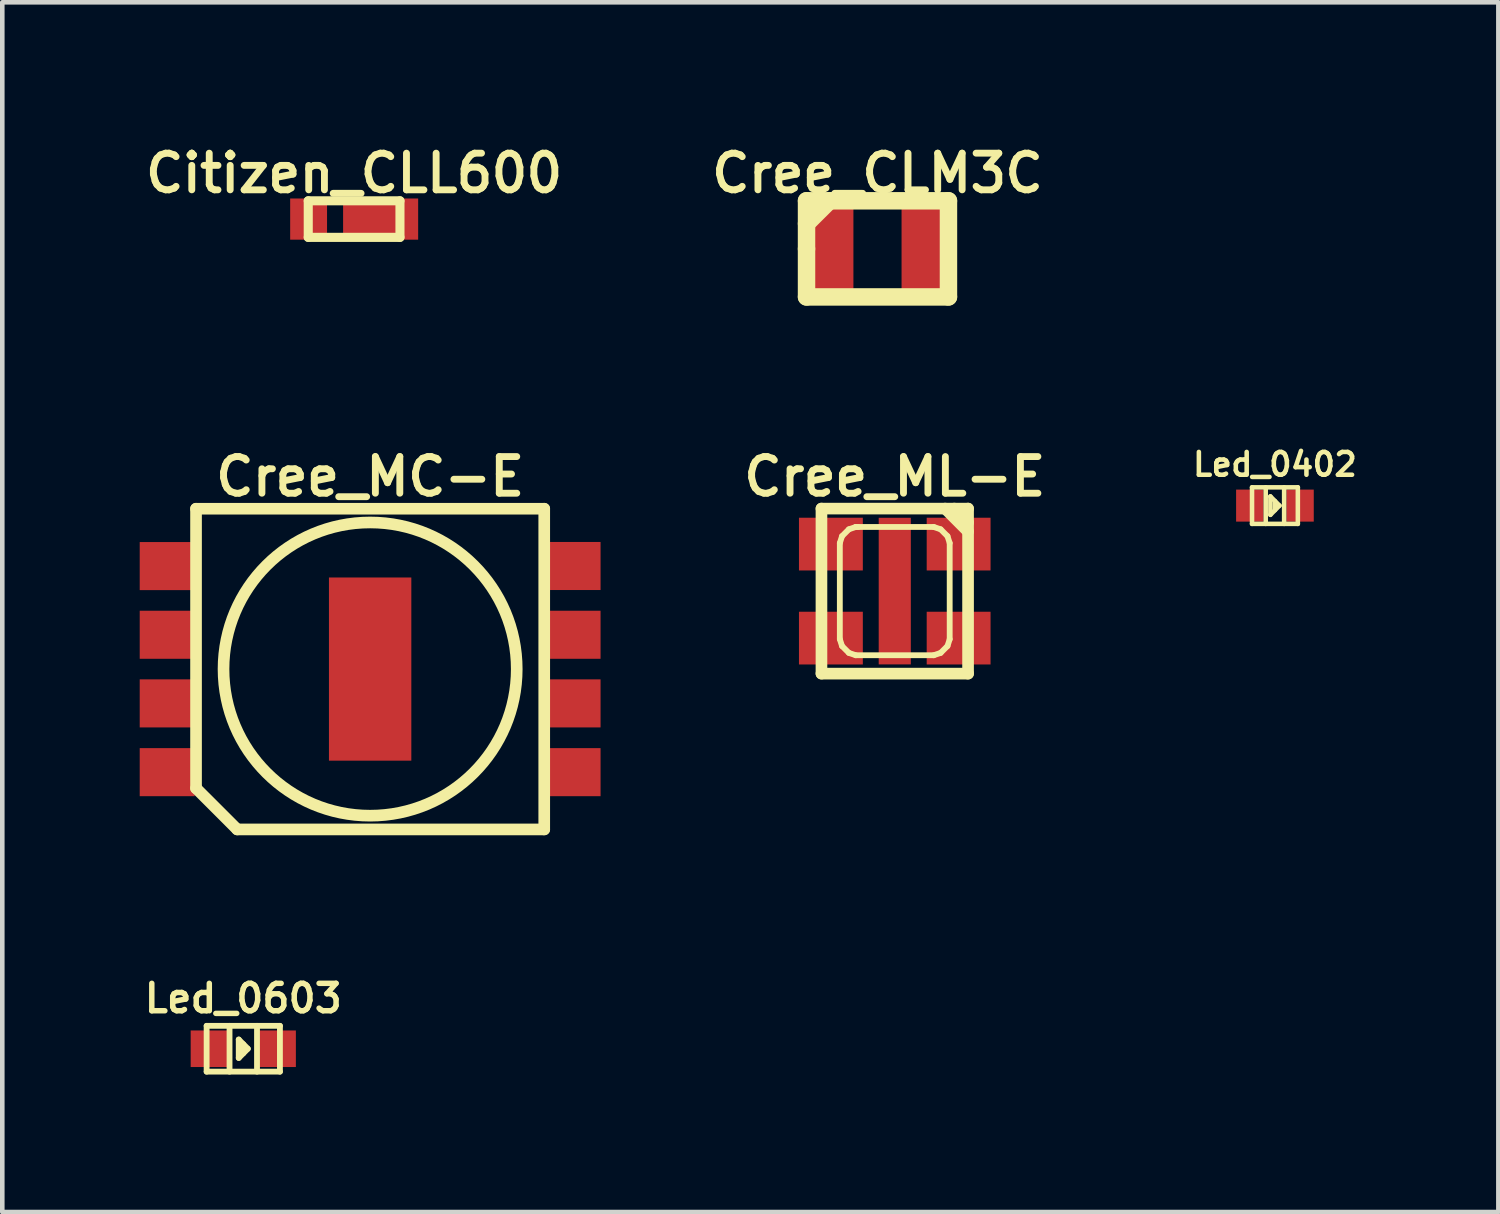
<source format=kicad_pcb>
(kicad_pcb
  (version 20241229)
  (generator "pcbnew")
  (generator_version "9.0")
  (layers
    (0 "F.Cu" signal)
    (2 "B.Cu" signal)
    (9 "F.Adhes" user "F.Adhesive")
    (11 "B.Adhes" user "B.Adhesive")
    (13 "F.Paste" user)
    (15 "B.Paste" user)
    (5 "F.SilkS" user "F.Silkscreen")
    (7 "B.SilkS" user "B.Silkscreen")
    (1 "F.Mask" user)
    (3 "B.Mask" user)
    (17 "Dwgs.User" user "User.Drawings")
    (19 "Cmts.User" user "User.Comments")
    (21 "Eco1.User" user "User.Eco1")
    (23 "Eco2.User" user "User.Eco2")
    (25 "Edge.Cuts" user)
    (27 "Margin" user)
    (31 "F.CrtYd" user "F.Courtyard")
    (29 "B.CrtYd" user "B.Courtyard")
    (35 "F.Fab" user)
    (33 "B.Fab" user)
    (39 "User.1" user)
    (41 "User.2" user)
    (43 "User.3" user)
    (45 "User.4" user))
  (footprint "Cree_CLM3C"
    (layer "F.Cu")
    (at 16.103 2.382)
    (property "Reference" "Cree_CLM3C" (at 0 -1.651 0) (layer "F.SilkS") (effects (font (size 0.8 0.8) (thickness 0.15))))
    (attr through_hole)
    (fp_line (start -1.549 -1.049) (end 1.549 -1.049) (stroke (width 0.381) (type solid)) (layer "F.SilkS"))
    (fp_line (start -1.549 -0.551) (end -1.049 -1.049) (stroke (width 0.381) (type solid)) (layer "F.SilkS"))
    (fp_line (start -1.549 0) (end -1.549 -1.049) (stroke (width 0.381) (type solid)) (layer "F.SilkS"))
    (fp_line (start -1.549 1.049) (end -1.549 0) (stroke (width 0.381) (type solid)) (layer "F.SilkS"))
    (fp_line (start 1.549 -1.049) (end 1.549 1.049) (stroke (width 0.381) (type solid)) (layer "F.SilkS"))
    (fp_line (start 1.549 1.049) (end -1.549 1.049) (stroke (width 0.381) (type solid)) (layer "F.SilkS"))
    (pad "1" smd rect (at -1.125 0) (size 1.199 1.801) (layers "F.Cu" "F.Mask" "F.Paste"))
    (pad "2" smd rect (at 1.125 0) (size 1.199 1.801) (layers "F.Cu" "F.Mask" "F.Paste")))
  (footprint "Cree_MC-E"
    (layer "F.Cu")
    (at 5.029 11.554)
    (property "Reference" "Cree_MC-E" (at 0 -4.201 0) (layer "F.SilkS") (effects (font (size 0.8 0.8) (thickness 0.15))))
    (attr through_hole)
    (fp_line (start -3.8 2.601) (end -3.8 -3.5) (stroke (width 0.254) (type solid)) (layer "F.SilkS"))
    (fp_line (start -2.901 3.5) (end -3.8 2.601) (stroke (width 0.254) (type solid)) (layer "F.SilkS"))
    (fp_line (start -2.901 3.5) (end 3.8 3.5) (stroke (width 0.254) (type solid)) (layer "F.SilkS"))
    (fp_line (start 3.8 -3.5) (end -3.8 -3.5) (stroke (width 0.254) (type solid)) (layer "F.SilkS"))
    (fp_line (start 3.8 3.5) (end 3.8 -3.5) (stroke (width 0.254) (type solid)) (layer "F.SilkS"))
    (fp_circle (center 0 0) (end -3.2 0) (stroke (width 0.254) (type solid)) (fill no) (layer "F.SilkS"))
    (pad "1" smd rect (at -4.43 2.25) (size 1.199 1.049) (layers "F.Cu" "F.Mask" "F.Paste"))
    (pad "2" smd rect (at -4.43 0.749) (size 1.199 1.049) (layers "F.Cu" "F.Mask" "F.Paste"))
    (pad "3" smd rect (at -4.43 -0.749) (size 1.199 1.049) (layers "F.Cu" "F.Mask" "F.Paste"))
    (pad "4" smd rect (at -4.43 -2.248) (size 1.199 1.049) (layers "F.Cu" "F.Mask" "F.Paste"))
    (pad "5" smd rect (at 4.43 -2.25) (size 1.199 1.049) (layers "F.Cu" "F.Mask" "F.Paste"))
    (pad "6" smd rect (at 4.43 -0.749) (size 1.199 1.049) (layers "F.Cu" "F.Mask" "F.Paste"))
    (pad "7" smd rect (at 4.43 0.749) (size 1.199 1.049) (layers "F.Cu" "F.Mask" "F.Paste"))
    (pad "8" smd rect (at 4.43 2.25) (size 1.199 1.049) (layers "F.Cu" "F.Mask" "F.Paste"))
    (pad "9" smd rect (at 0 0) (size 1.798 3.998) (layers "F.Cu" "F.Mask" "F.Paste")))
  (footprint "Cree_ML-E"
    (layer "F.Cu")
    (at 16.48 9.852)
    (property "Reference" "Cree_ML-E" (at 0 -2.499 0) (layer "F.SilkS") (effects (font (size 0.8 0.8) (thickness 0.15))))
    (attr through_hole)
    (fp_line (start -1.6 -1.801) (end 1.6 -1.801) (stroke (width 0.254) (type solid)) (layer "F.SilkS"))
    (fp_line (start -1.6 1.801) (end -1.6 -1.801) (stroke (width 0.254) (type solid)) (layer "F.SilkS"))
    (fp_line (start -1.199 -1.049) (end -1.199 1.049) (stroke (width 0.127) (type solid)) (layer "F.SilkS"))
    (fp_line (start -1.199 1.049) (end -1.151 1.199) (stroke (width 0.127) (type solid)) (layer "F.SilkS"))
    (fp_line (start -1.151 -1.199) (end -1.199 -1.049) (stroke (width 0.127) (type solid)) (layer "F.SilkS"))
    (fp_line (start -1.151 1.199) (end -1.001 1.349) (stroke (width 0.127) (type solid)) (layer "F.SilkS"))
    (fp_line (start -1.001 -1.349) (end -1.151 -1.199) (stroke (width 0.127) (type solid)) (layer "F.SilkS"))
    (fp_line (start -0.851 -1.4) (end -1.001 -1.349) (stroke (width 0.127) (type solid)) (layer "F.SilkS"))
    (fp_line (start -0.851 -1.4) (end -0.8 -1.4) (stroke (width 0.127) (type solid)) (layer "F.SilkS"))
    (fp_line (start -0.851 1.4) (end -1.001 1.349) (stroke (width 0.127) (type solid)) (layer "F.SilkS"))
    (fp_line (start -0.851 1.4) (end 0.851 1.4) (stroke (width 0.127) (type solid)) (layer "F.SilkS"))
    (fp_line (start 0.851 -1.4) (end -0.851 -1.4) (stroke (width 0.127) (type solid)) (layer "F.SilkS"))
    (fp_line (start 0.851 1.4) (end 1.001 1.349) (stroke (width 0.127) (type solid)) (layer "F.SilkS"))
    (fp_line (start 1.001 -1.349) (end 0.851 -1.4) (stroke (width 0.127) (type solid)) (layer "F.SilkS"))
    (fp_line (start 1.1 -1.801) (end 1.6 -1.3) (stroke (width 0.254) (type solid)) (layer "F.SilkS"))
    (fp_line (start 1.151 -1.199) (end 1.001 -1.349) (stroke (width 0.127) (type solid)) (layer "F.SilkS"))
    (fp_line (start 1.151 1.199) (end 1.001 1.349) (stroke (width 0.127) (type solid)) (layer "F.SilkS"))
    (fp_line (start 1.199 -1.049) (end 1.151 -1.199) (stroke (width 0.127) (type solid)) (layer "F.SilkS"))
    (fp_line (start 1.199 1.049) (end 1.151 1.199) (stroke (width 0.127) (type solid)) (layer "F.SilkS"))
    (fp_line (start 1.199 1.049) (end 1.199 -1.049) (stroke (width 0.127) (type solid)) (layer "F.SilkS"))
    (fp_line (start 1.3 -1.801) (end 1.6 -1.501) (stroke (width 0.254) (type solid)) (layer "F.SilkS"))
    (fp_line (start 1.6 -1.801) (end 1.6 1.801) (stroke (width 0.254) (type solid)) (layer "F.SilkS"))
    (fp_line (start 1.6 1.801) (end -1.6 1.801) (stroke (width 0.254) (type solid)) (layer "F.SilkS"))
    (pad "1" smd rect (at -1.394 -1.026) (size 1.394 1.151) (layers "F.Cu" "F.Mask" "F.Paste"))
    (pad "2" smd rect (at -1.394 1.026) (size 1.394 1.151) (layers "F.Cu" "F.Mask" "F.Paste"))
    (pad "3" smd rect (at 1.394 1.026) (size 1.394 1.151) (layers "F.Cu" "F.Mask" "F.Paste"))
    (pad "4" smd rect (at 1.394 -1.026) (size 1.394 1.151) (layers "F.Cu" "F.Mask" "F.Paste"))
    (pad "5" smd rect (at 0 0) (size 0.701 3.2) (layers "F.Cu" "F.Mask" "F.Paste")))
  (footprint "Led_0603"
    (layer "F.Cu")
    (at 2.26 19.841)
    (property "Reference" "Led_0603" (at 0 -1.1 0) (layer "F.SilkS") (effects (font (size 0.599 0.599) (thickness 0.119))))
    (attr through_hole)
    (fp_line (start -0.8 -0.5) (end 0.8 -0.5) (stroke (width 0.127) (type solid)) (layer "F.SilkS"))
    (fp_line (start -0.8 0.5) (end -0.8 -0.5) (stroke (width 0.127) (type solid)) (layer "F.SilkS"))
    (fp_line (start -0.3 -0.5) (end -0.3 0.5) (stroke (width 0.127) (type solid)) (layer "F.SilkS"))
    (fp_line (start -0.099 -0.201) (end -0.099 0.201) (stroke (width 0.127) (type solid)) (layer "F.SilkS"))
    (fp_line (start -0.099 0.201) (end 0.099 0) (stroke (width 0.127) (type solid)) (layer "F.SilkS"))
    (fp_line (start 0 0.099) (end 0 -0.099) (stroke (width 0.127) (type solid)) (layer "F.SilkS"))
    (fp_line (start 0.099 0) (end -0.099 -0.201) (stroke (width 0.127) (type solid)) (layer "F.SilkS"))
    (fp_line (start 0.3 0.5) (end 0.3 -0.5) (stroke (width 0.127) (type solid)) (layer "F.SilkS"))
    (fp_line (start 0.8 -0.5) (end 0.8 0.5) (stroke (width 0.127) (type solid)) (layer "F.SilkS"))
    (fp_line (start 0.8 0.5) (end -0.8 0.5) (stroke (width 0.127) (type solid)) (layer "F.SilkS"))
    (pad "1" smd rect (at -0.749 0) (size 0.798 0.798) (layers "F.Cu" "F.Mask" "F.Paste"))
    (pad "2" smd rect (at 0.749 0) (size 0.798 0.798) (layers "F.Cu" "F.Mask" "F.Paste")))
  (footprint "Led_0402"
    (layer "F.Cu")
    (at 24.778 7.986)
    (property "Reference" "Led_0402" (at 0 -0.899 0) (layer "F.SilkS") (effects (font (size 0.498 0.498) (thickness 0.099))))
    (attr through_hole)
    (fp_line (start -0.5 -0.399) (end 0.5 -0.399) (stroke (width 0.099) (type solid)) (layer "F.SilkS"))
    (fp_line (start -0.5 0.399) (end -0.5 -0.399) (stroke (width 0.099) (type solid)) (layer "F.SilkS"))
    (fp_line (start -0.201 0.399) (end -0.201 -0.399) (stroke (width 0.099) (type solid)) (layer "F.SilkS"))
    (fp_line (start -0.099 -0.201) (end -0.099 0.201) (stroke (width 0.099) (type solid)) (layer "F.SilkS"))
    (fp_line (start -0.099 0.201) (end 0.099 0) (stroke (width 0.099) (type solid)) (layer "F.SilkS"))
    (fp_line (start 0 0.099) (end 0 -0.099) (stroke (width 0.099) (type solid)) (layer "F.SilkS"))
    (fp_line (start 0.099 0) (end -0.099 -0.201) (stroke (width 0.099) (type solid)) (layer "F.SilkS"))
    (fp_line (start 0.201 -0.399) (end 0.201 0.399) (stroke (width 0.099) (type solid)) (layer "F.SilkS"))
    (fp_line (start 0.5 -0.399) (end 0.5 0.399) (stroke (width 0.099) (type solid)) (layer "F.SilkS"))
    (fp_line (start 0.5 0.399) (end -0.5 0.399) (stroke (width 0.099) (type solid)) (layer "F.SilkS"))
    (pad "1" smd rect (at -0.549 0) (size 0.597 0.699) (layers "F.Cu" "F.Mask" "F.Paste"))
    (pad "2" smd rect (at 0.549 0) (size 0.597 0.699) (layers "F.Cu" "F.Mask" "F.Paste")))
  (footprint "Citizen_CLL600"
    (layer "F.Cu")
    (at 4.679 1.732)
    (property "Reference" "Citizen_CLL600" (at 0 -1.001 0) (layer "F.SilkS") (effects (font (size 0.8 0.8) (thickness 0.15))))
    (attr through_hole)
    (fp_line (start -1.001 -0.399) (end 1.001 -0.399) (stroke (width 0.198) (type solid)) (layer "F.SilkS"))
    (fp_line (start -1.001 0.399) (end -1.001 -0.399) (stroke (width 0.198) (type solid)) (layer "F.SilkS"))
    (fp_line (start 1.001 -0.399) (end 1.001 0.399) (stroke (width 0.198) (type solid)) (layer "F.SilkS"))
    (fp_line (start 1.001 0.399) (end -1.001 0.399) (stroke (width 0.198) (type solid)) (layer "F.SilkS"))
    (pad "1" smd rect (at -0.993 0) (size 0.805 0.899) (layers "F.Cu" "F.Mask" "F.Paste"))
    (pad "2" smd rect (at 0.579 0) (size 1.638 0.899) (layers "F.Cu" "F.Mask" "F.Paste")))
  (gr_rect
    (start -3 -3)
    (end 29.655 23.405)
    (stroke (width 0.1) (type default))
    (fill no)
    (layer "Edge.Cuts")))
</source>
